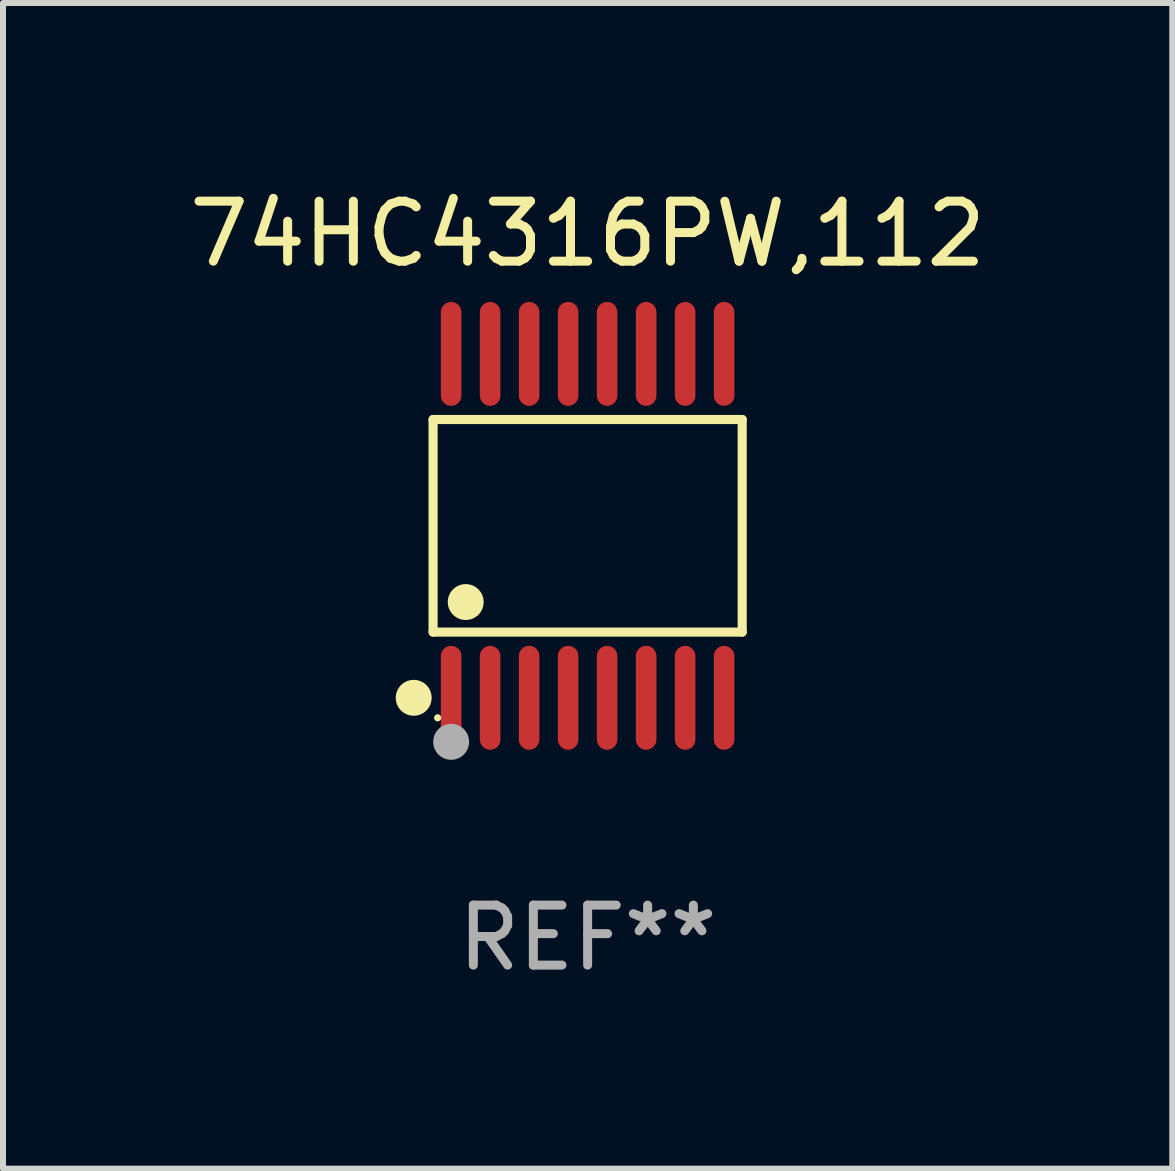
<source format=kicad_pcb>
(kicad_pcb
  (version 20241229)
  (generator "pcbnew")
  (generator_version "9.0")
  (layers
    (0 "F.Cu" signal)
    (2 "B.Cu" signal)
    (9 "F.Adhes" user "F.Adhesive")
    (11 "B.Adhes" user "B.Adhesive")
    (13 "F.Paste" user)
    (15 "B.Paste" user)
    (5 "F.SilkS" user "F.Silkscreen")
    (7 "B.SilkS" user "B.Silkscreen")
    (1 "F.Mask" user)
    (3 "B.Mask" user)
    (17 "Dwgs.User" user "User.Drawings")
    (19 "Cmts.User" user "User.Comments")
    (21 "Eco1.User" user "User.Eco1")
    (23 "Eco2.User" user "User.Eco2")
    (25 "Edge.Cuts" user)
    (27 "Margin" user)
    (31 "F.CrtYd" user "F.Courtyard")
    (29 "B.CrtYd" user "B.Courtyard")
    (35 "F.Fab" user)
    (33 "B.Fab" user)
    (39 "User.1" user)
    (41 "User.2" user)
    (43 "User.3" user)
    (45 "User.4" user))
  (footprint "74HC4316PW,112"
    (layer "F.Cu")
    (at 6.744 5.714)
    (property "Reference" "74HC4316PW,112" (at 0 -4.866 0) (layer "F.SilkS") (effects (font (size 1 1) (thickness 0.15))))
    (attr through_hole)
    (fp_line (start -2.576 -1.772) (end 2.576 -1.772) (stroke (width 0.152) (type solid)) (layer "F.SilkS"))
    (fp_line (start -2.576 1.771) (end -2.576 -1.772) (stroke (width 0.152) (type solid)) (layer "F.SilkS"))
    (fp_line (start 2.576 -1.772) (end 2.576 1.771) (stroke (width 0.152) (type solid)) (layer "F.SilkS"))
    (fp_line (start 2.576 1.771) (end -2.576 1.771) (stroke (width 0.152) (type solid)) (layer "F.SilkS"))
    (fp_circle (center -2.899 2.866) (end -2.749 2.866) (stroke (width 0.3) (type solid)) (fill no) (layer "F.SilkS"))
    (fp_circle (center -2.5 3.2) (end -2.47 3.2) (stroke (width 0.06) (type solid)) (fill no) (layer "F.SilkS"))
    (fp_circle (center -2.032 1.27) (end -1.882 1.27) (stroke (width 0.3) (type solid)) (fill no) (layer "F.SilkS"))
    (fp_circle (center -2.275 3.6) (end -2.125 3.6) (stroke (width 0.3) (type solid)) (fill no) (layer "F.Fab"))
    (fp_text user "REF**" (at 0 6.866 0) (layer "F.Fab") (effects (font (size 1 1) (thickness 0.15))))
    (pad "1" smd oval (at -2.275 2.866) (size 0.343 1.731) (layers "F.Cu" "F.Mask" "F.Paste"))
    (pad "2" smd oval (at -1.625 2.866) (size 0.343 1.731) (layers "F.Cu" "F.Mask" "F.Paste"))
    (pad "3" smd oval (at -0.975 2.866) (size 0.343 1.731) (layers "F.Cu" "F.Mask" "F.Paste"))
    (pad "4" smd oval (at -0.325 2.866) (size 0.343 1.731) (layers "F.Cu" "F.Mask" "F.Paste"))
    (pad "5" smd oval (at 0.325 2.866) (size 0.343 1.731) (layers "F.Cu" "F.Mask" "F.Paste"))
    (pad "6" smd oval (at 0.975 2.866) (size 0.343 1.731) (layers "F.Cu" "F.Mask" "F.Paste"))
    (pad "7" smd oval (at 1.625 2.866) (size 0.343 1.731) (layers "F.Cu" "F.Mask" "F.Paste"))
    (pad "8" smd oval (at 2.275 2.866) (size 0.343 1.731) (layers "F.Cu" "F.Mask" "F.Paste"))
    (pad "9" smd oval (at 2.275 -2.866) (size 0.343 1.731) (layers "F.Cu" "F.Mask" "F.Paste"))
    (pad "10" smd oval (at 1.625 -2.866) (size 0.343 1.731) (layers "F.Cu" "F.Mask" "F.Paste"))
    (pad "11" smd oval (at 0.975 -2.866) (size 0.343 1.731) (layers "F.Cu" "F.Mask" "F.Paste"))
    (pad "12" smd oval (at 0.325 -2.866) (size 0.343 1.731) (layers "F.Cu" "F.Mask" "F.Paste"))
    (pad "13" smd oval (at -0.325 -2.866) (size 0.343 1.731) (layers "F.Cu" "F.Mask" "F.Paste"))
    (pad "14" smd oval (at -0.975 -2.866) (size 0.343 1.731) (layers "F.Cu" "F.Mask" "F.Paste"))
    (pad "15" smd oval (at -1.625 -2.866) (size 0.343 1.731) (layers "F.Cu" "F.Mask" "F.Paste"))
    (pad "16" smd oval (at -2.275 -2.866) (size 0.343 1.731) (layers "F.Cu" "F.Mask" "F.Paste")))
  (gr_rect
    (start -3 -3)
    (end 16.488 16.428)
    (stroke (width 0.1) (type default))
    (fill no)
    (layer "Edge.Cuts")))
</source>
